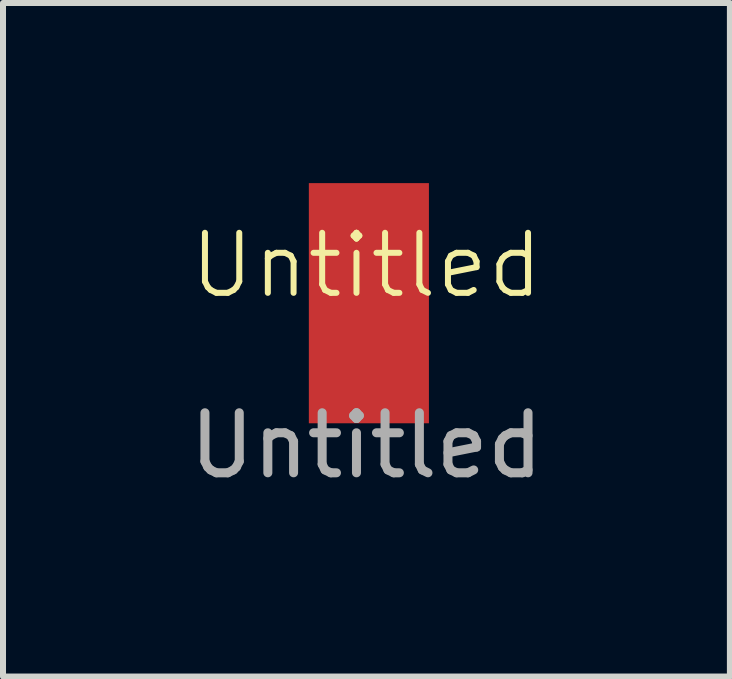
<source format=kicad_pcb>
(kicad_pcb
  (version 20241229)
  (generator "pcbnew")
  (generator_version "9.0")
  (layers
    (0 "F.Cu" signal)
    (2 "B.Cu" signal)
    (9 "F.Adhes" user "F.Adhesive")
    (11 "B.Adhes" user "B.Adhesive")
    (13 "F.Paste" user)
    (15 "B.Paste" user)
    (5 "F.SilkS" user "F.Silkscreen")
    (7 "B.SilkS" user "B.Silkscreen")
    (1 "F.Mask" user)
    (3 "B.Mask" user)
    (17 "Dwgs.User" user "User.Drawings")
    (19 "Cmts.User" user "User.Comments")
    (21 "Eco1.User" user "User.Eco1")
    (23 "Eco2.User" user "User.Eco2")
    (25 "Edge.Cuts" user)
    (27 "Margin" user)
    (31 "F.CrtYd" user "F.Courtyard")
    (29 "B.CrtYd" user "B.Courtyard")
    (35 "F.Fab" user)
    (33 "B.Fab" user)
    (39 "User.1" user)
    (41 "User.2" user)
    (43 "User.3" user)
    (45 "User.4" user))
  (footprint "Untitled"
    (layer "F.Cu")
    (at 3.054 1.87)
    (property "Reference" "Untitled" (at 0 -0.5 0) (unlocked yes) (layer "F.SilkS") (effects (font (size 1 1) (thickness 0.1))))
    (attr smd)
    (fp_text user "${REFERENCE}" (at 0 2.5 0) (unlocked yes) (layer "F.Fab") (effects (font (size 1 1) (thickness 0.15))))
    (pad "1" smd rect (at 0.04 0.13) (size 2 4) (layers "F.Cu" "F.Mask" "F.Paste")))
  (gr_rect
    (start -3 -3)
    (end 9.107 8.218)
    (stroke (width 0.1) (type default))
    (fill no)
    (layer "Edge.Cuts")))
</source>
